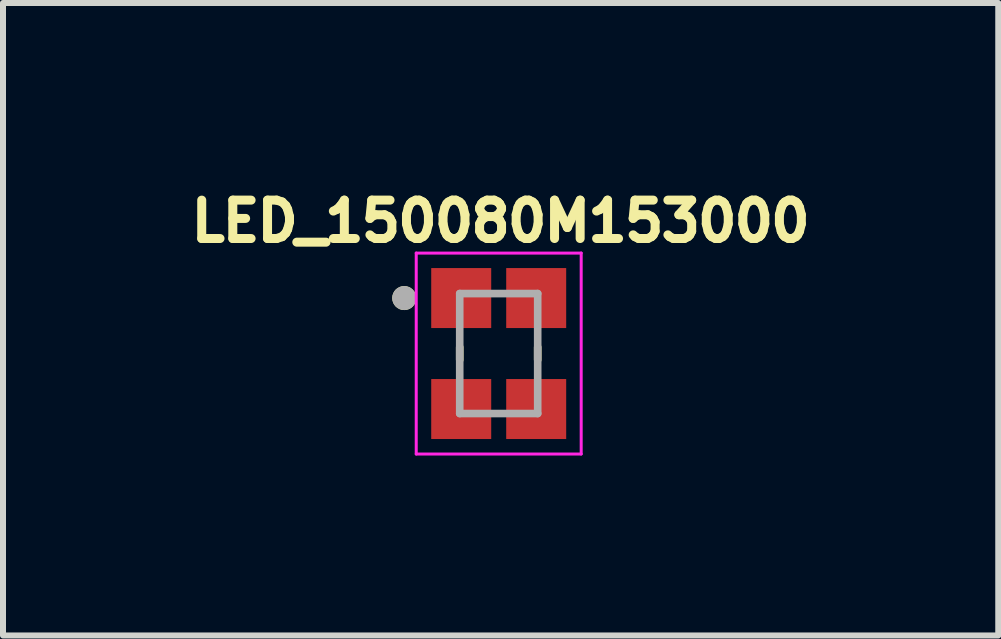
<source format=kicad_pcb>
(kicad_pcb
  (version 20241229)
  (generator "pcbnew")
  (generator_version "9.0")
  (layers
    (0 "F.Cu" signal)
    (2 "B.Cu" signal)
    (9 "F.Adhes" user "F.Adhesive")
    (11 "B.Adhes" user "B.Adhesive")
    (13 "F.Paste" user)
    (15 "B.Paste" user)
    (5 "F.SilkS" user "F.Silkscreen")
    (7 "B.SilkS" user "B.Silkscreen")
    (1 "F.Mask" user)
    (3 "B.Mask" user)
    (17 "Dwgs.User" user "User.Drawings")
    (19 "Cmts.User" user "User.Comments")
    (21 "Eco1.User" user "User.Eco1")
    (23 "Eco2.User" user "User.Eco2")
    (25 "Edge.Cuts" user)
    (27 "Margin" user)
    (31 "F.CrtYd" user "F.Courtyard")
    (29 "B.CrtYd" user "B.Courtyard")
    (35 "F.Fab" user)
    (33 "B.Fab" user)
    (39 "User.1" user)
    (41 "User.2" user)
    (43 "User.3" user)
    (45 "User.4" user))
  (footprint "LED_150080M153000"
    (layer "F.Cu")
    (at 5.264 2.844)
    (property "Reference" "LED_150080M153000" (at 0.032 -2.206 0) (layer "F.SilkS") (effects (font (size 0.64 0.64) (thickness 0.15))))
    (attr smd)
    (fp_line (start -0.65 -0.105) (end -0.65 0.105) (stroke (width 0.127) (type solid)) (layer "F.SilkS"))
    (fp_line (start 0.65 0.105) (end 0.65 -0.105) (stroke (width 0.127) (type solid)) (layer "F.SilkS"))
    (fp_circle (center -1.575 -0.925) (end -1.475 -0.925) (stroke (width 0.2) (type solid)) (fill no) (layer "F.SilkS"))
    (fp_line (start -1.375 -1.675) (end 1.375 -1.675) (stroke (width 0.05) (type solid)) (layer "F.CrtYd"))
    (fp_line (start -1.375 1.675) (end -1.375 -1.675) (stroke (width 0.05) (type solid)) (layer "F.CrtYd"))
    (fp_line (start 1.375 -1.675) (end 1.375 1.675) (stroke (width 0.05) (type solid)) (layer "F.CrtYd"))
    (fp_line (start 1.375 1.675) (end -1.375 1.675) (stroke (width 0.05) (type solid)) (layer "F.CrtYd"))
    (fp_line (start -0.65 -1) (end -0.65 1) (stroke (width 0.127) (type solid)) (layer "F.Fab"))
    (fp_line (start -0.65 1) (end 0.65 1) (stroke (width 0.127) (type solid)) (layer "F.Fab"))
    (fp_line (start 0.65 -1) (end -0.65 -1) (stroke (width 0.127) (type solid)) (layer "F.Fab"))
    (fp_line (start 0.65 1) (end 0.65 -1) (stroke (width 0.127) (type solid)) (layer "F.Fab"))
    (fp_circle (center -1.575 -0.925) (end -1.475 -0.925) (stroke (width 0.2) (type solid)) (fill no) (layer "F.Fab"))
    (pad "1" smd rect (at -0.625 -0.925) (size 1 1) (layers "F.Cu" "F.Mask" "F.Paste"))
    (pad "2" smd rect (at 0.625 -0.925) (size 1 1) (layers "F.Cu" "F.Mask" "F.Paste"))
    (pad "3" smd rect (at 0.625 0.925 180) (size 1 1) (layers "F.Cu" "F.Mask" "F.Paste"))
    (pad "4" smd rect (at -0.625 0.925 180) (size 1 1) (layers "F.Cu" "F.Mask" "F.Paste")))
  (gr_rect
    (start -3 -3)
    (end 13.592 7.544)
    (stroke (width 0.1) (type default))
    (fill no)
    (layer "Edge.Cuts")))
</source>
